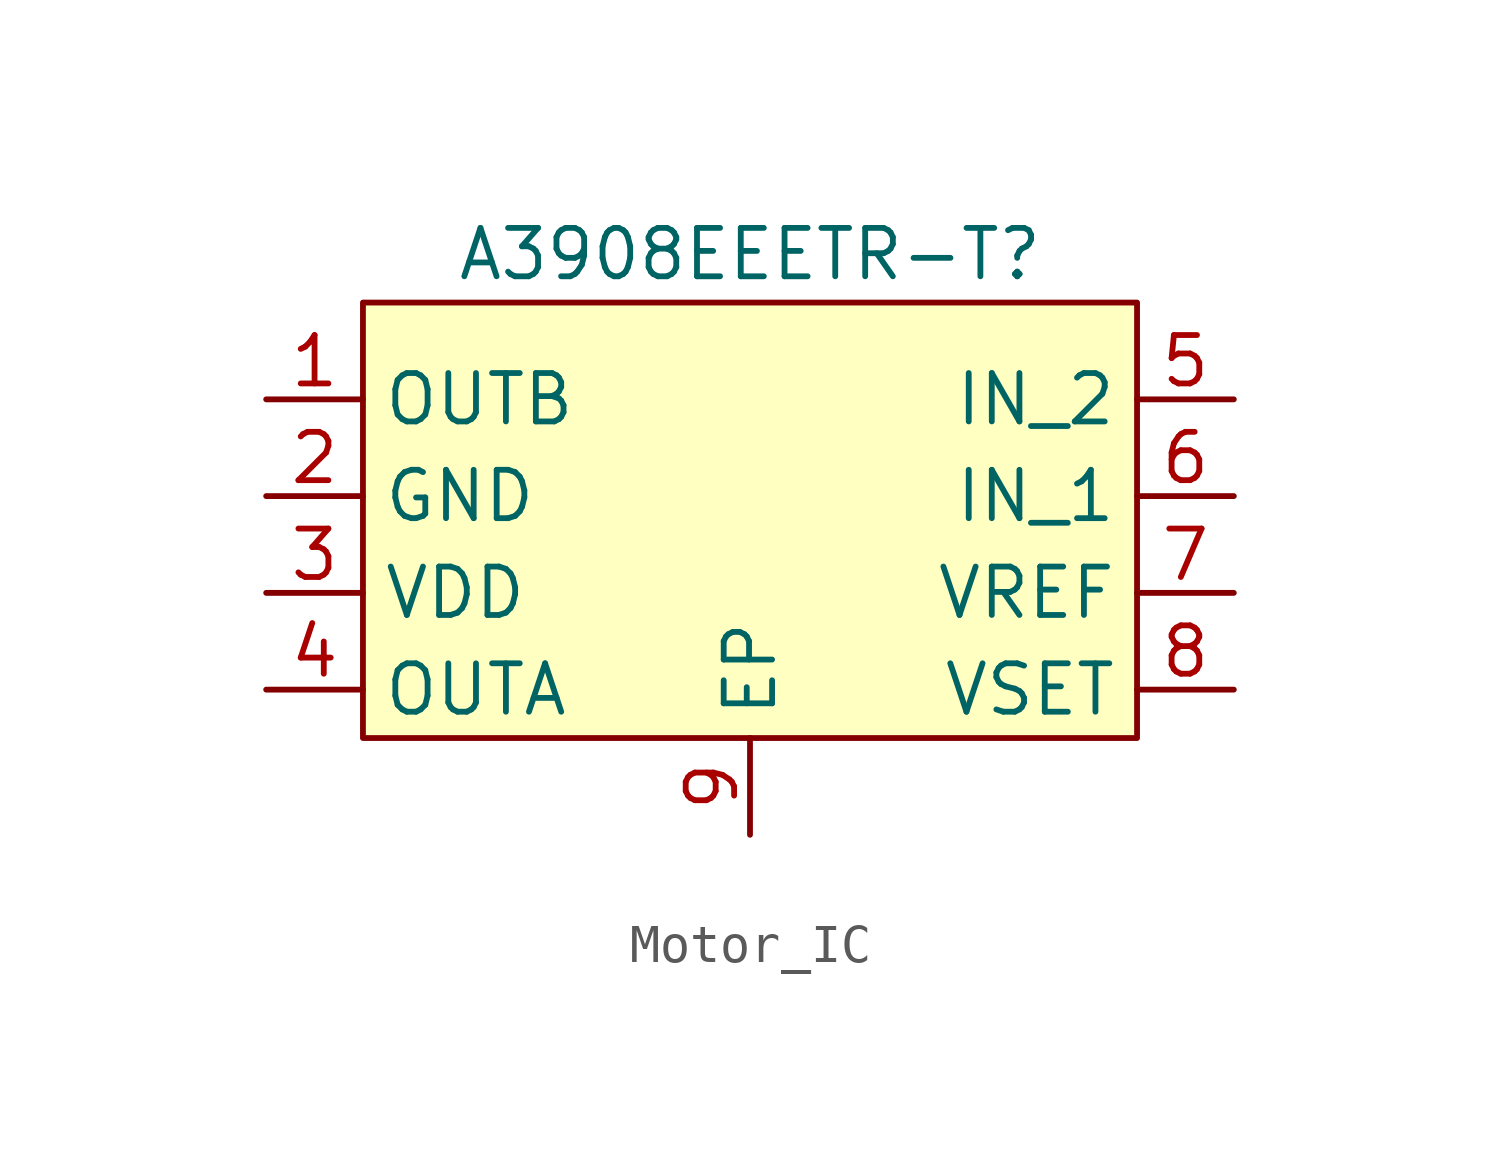
<source format=kicad_sym>
(kicad_symbol_lib
  (version 20220914)
  (generator kicad_symbol_editor)
  (symbol "Motor_IC"
    (property "Reference" "A3908EEETR-T"
      (at 0 0 0)
      (effects (font (size 1.27 1.27))))
    (property "Value" ""
      (at 0 0 0)
      (effects (font (size 1.27 1.27))))
    (symbol "Motor_IC_1_1"
      (rectangle (start -10.16 -1.27) (end 10.16 -12.7) (stroke (width 0) (type default)) (fill (type background)))
      (pin output line (at -12.7 -3.81 0) (length 2.54) (name "OUTB" (effects (font (size 1.27 1.27)))) (number "1" (effects (font (size 1.27 1.27)))))
      (pin unspecified line (at -12.7 -6.35 0) (length 2.54) (name "GND" (effects (font (size 1.27 1.27)))) (number "2" (effects (font (size 1.27 1.27)))))
      (pin power_in line (at -12.7 -8.89 0) (length 2.54) (name "VDD" (effects (font (size 1.27 1.27)))) (number "3" (effects (font (size 1.27 1.27)))))
      (pin output line (at -12.7 -11.43 0) (length 2.54) (name "OUTA" (effects (font (size 1.27 1.27)))) (number "4" (effects (font (size 1.27 1.27)))))
      (pin input line (at 12.7 -3.81 180) (length 2.54) (name "IN_2" (effects (font (size 1.27 1.27)))) (number "5" (effects (font (size 1.27 1.27)))))
      (pin input line (at 12.7 -6.35 180) (length 2.54) (name "IN_1" (effects (font (size 1.27 1.27)))) (number "6" (effects (font (size 1.27 1.27)))))
      (pin power_in line (at 12.7 -8.89 180) (length 2.54) (name "VREF" (effects (font (size 1.27 1.27)))) (number "7" (effects (font (size 1.27 1.27)))))
      (pin power_in line (at 12.7 -11.43 180) (length 2.54) (name "VSET" (effects (font (size 1.27 1.27)))) (number "8" (effects (font (size 1.27 1.27)))))
      (pin input line (at 0 -15.24 90) (length 2.54) (name "EP" (effects (font (size 1.27 1.27)))) (number "9" (effects (font (size 1.27 1.27))))))))
</source>
